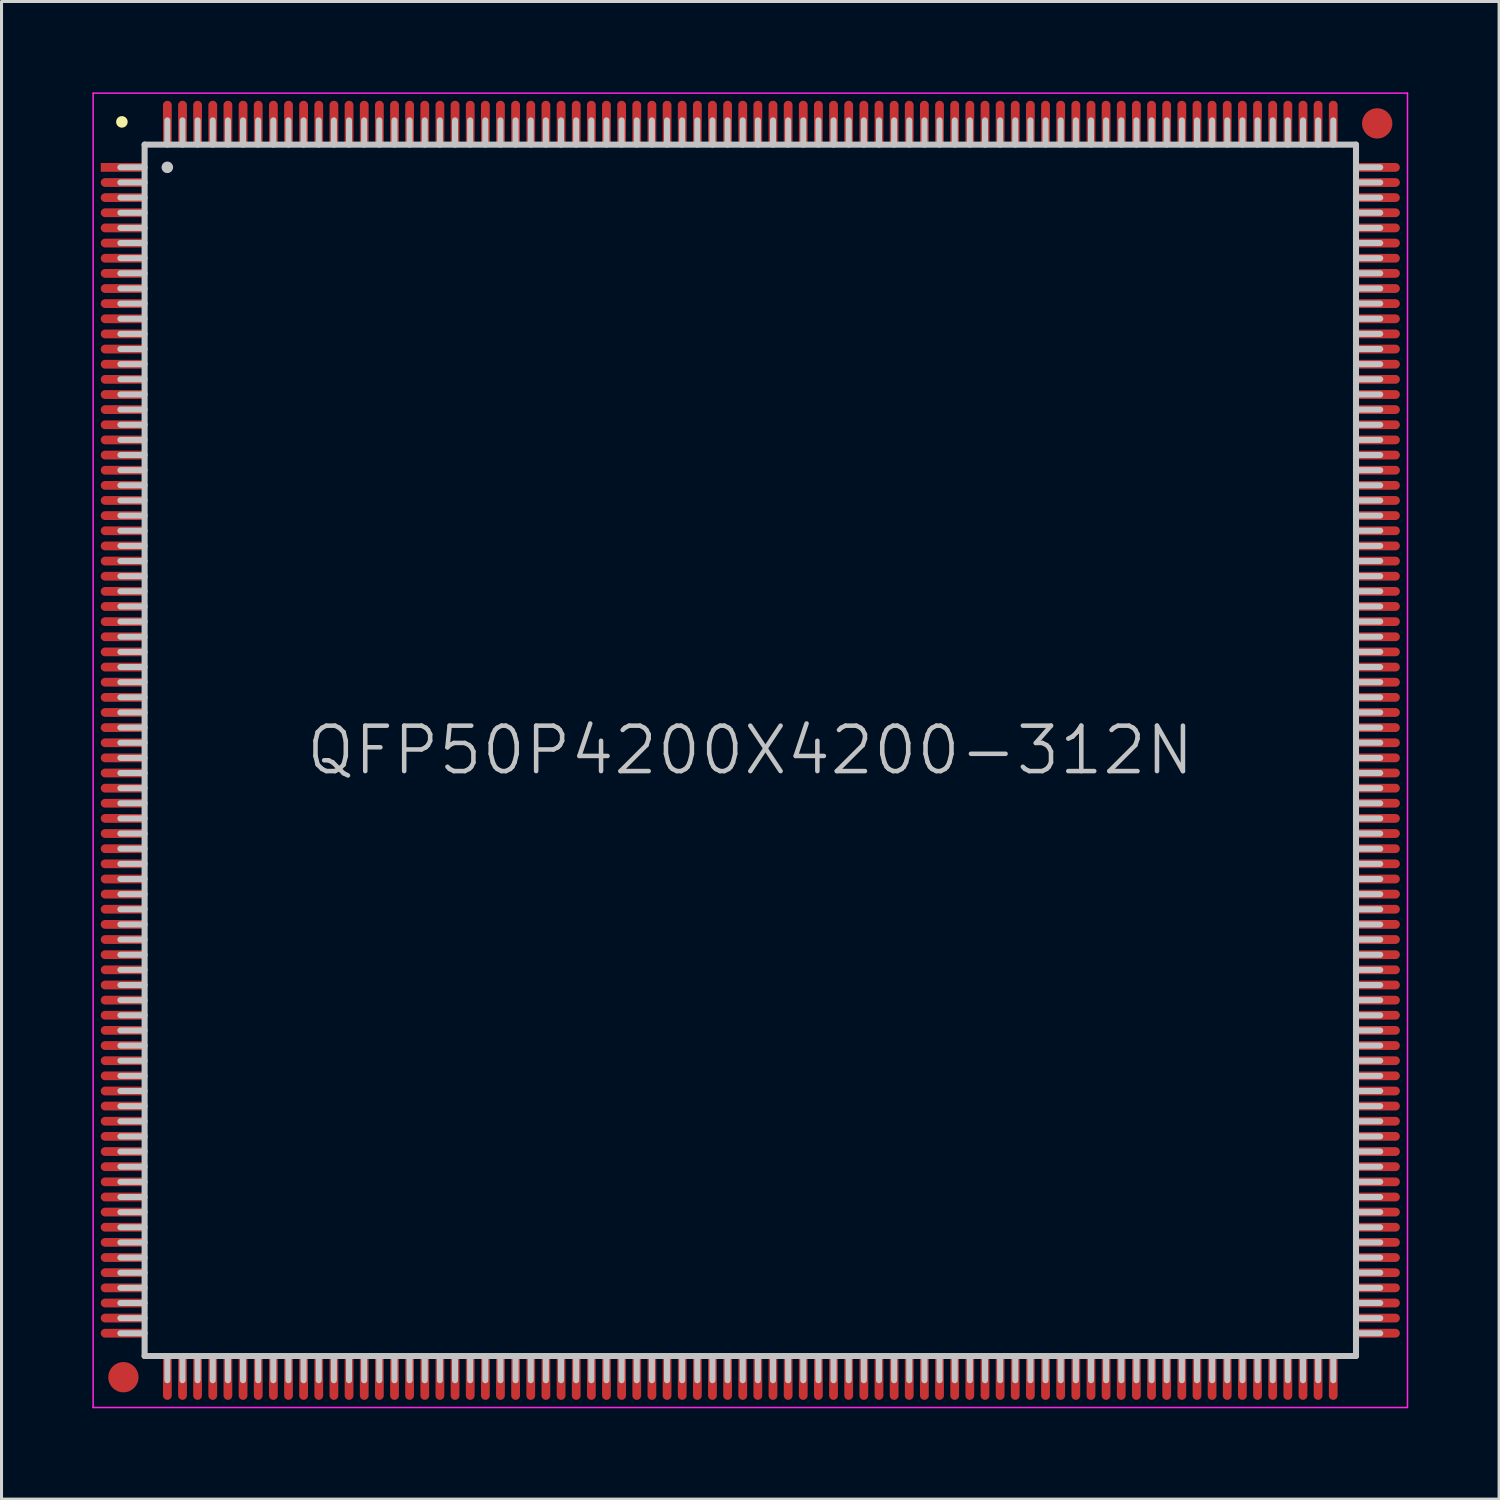
<source format=kicad_pcb>
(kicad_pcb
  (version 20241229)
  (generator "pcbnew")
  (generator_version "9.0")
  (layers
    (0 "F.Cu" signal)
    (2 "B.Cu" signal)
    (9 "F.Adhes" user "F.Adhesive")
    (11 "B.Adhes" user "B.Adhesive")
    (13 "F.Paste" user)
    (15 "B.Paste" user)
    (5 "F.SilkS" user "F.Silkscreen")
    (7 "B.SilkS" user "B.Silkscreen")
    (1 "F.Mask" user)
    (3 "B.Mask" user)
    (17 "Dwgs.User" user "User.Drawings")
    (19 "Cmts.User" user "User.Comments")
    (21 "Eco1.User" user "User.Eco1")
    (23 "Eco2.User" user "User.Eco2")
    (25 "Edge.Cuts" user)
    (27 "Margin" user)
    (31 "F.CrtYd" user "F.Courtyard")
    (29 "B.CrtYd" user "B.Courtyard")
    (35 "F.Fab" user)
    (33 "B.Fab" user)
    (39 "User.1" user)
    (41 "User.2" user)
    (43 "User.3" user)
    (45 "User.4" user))
  (footprint "QFP50P4200X4200-312N"
    (layer "F.Cu")
    (at 21.725 21.725)
    (property "Reference" "QFP50P4200X4200-312N" (at 0 0 0) (layer "Dwgs.User") (effects (font (size 1.5 1.5) (thickness 0.15))))
    (attr smd)
    (fp_line (start -20.75 -20.75) (end -20.75 -20.75) (stroke (width 0.381) (type solid)) (layer "F.SilkS"))
    (fp_line (start -20 -20) (end -20 20) (stroke (width 0.2) (type solid)) (layer "Dwgs.User"))
    (fp_line (start -20 -20) (end 20 -20) (stroke (width 0.2) (type solid)) (layer "Dwgs.User"))
    (fp_line (start -20 -19.25) (end -20.8 -19.25) (stroke (width 0.2) (type solid)) (layer "Dwgs.User"))
    (fp_line (start -20 -18.75) (end -20.8 -18.75) (stroke (width 0.2) (type solid)) (layer "Dwgs.User"))
    (fp_line (start -20 -18.25) (end -20.8 -18.25) (stroke (width 0.2) (type solid)) (layer "Dwgs.User"))
    (fp_line (start -20 -17.75) (end -20.8 -17.75) (stroke (width 0.2) (type solid)) (layer "Dwgs.User"))
    (fp_line (start -20 -17.25) (end -20.8 -17.25) (stroke (width 0.2) (type solid)) (layer "Dwgs.User"))
    (fp_line (start -20 -16.75) (end -20.8 -16.75) (stroke (width 0.2) (type solid)) (layer "Dwgs.User"))
    (fp_line (start -20 -16.25) (end -20.8 -16.25) (stroke (width 0.2) (type solid)) (layer "Dwgs.User"))
    (fp_line (start -20 -15.75) (end -20.8 -15.75) (stroke (width 0.2) (type solid)) (layer "Dwgs.User"))
    (fp_line (start -20 -15.25) (end -20.8 -15.25) (stroke (width 0.2) (type solid)) (layer "Dwgs.User"))
    (fp_line (start -20 -14.75) (end -20.8 -14.75) (stroke (width 0.2) (type solid)) (layer "Dwgs.User"))
    (fp_line (start -20 -14.25) (end -20.8 -14.25) (stroke (width 0.2) (type solid)) (layer "Dwgs.User"))
    (fp_line (start -20 -13.75) (end -20.8 -13.75) (stroke (width 0.2) (type solid)) (layer "Dwgs.User"))
    (fp_line (start -20 -13.25) (end -20.8 -13.25) (stroke (width 0.2) (type solid)) (layer "Dwgs.User"))
    (fp_line (start -20 -12.75) (end -20.8 -12.75) (stroke (width 0.2) (type solid)) (layer "Dwgs.User"))
    (fp_line (start -20 -12.25) (end -20.8 -12.25) (stroke (width 0.2) (type solid)) (layer "Dwgs.User"))
    (fp_line (start -20 -11.75) (end -20.8 -11.75) (stroke (width 0.2) (type solid)) (layer "Dwgs.User"))
    (fp_line (start -20 -11.25) (end -20.8 -11.25) (stroke (width 0.2) (type solid)) (layer "Dwgs.User"))
    (fp_line (start -20 -10.75) (end -20.8 -10.75) (stroke (width 0.2) (type solid)) (layer "Dwgs.User"))
    (fp_line (start -20 -10.25) (end -20.8 -10.25) (stroke (width 0.2) (type solid)) (layer "Dwgs.User"))
    (fp_line (start -20 -9.75) (end -20.8 -9.75) (stroke (width 0.2) (type solid)) (layer "Dwgs.User"))
    (fp_line (start -20 -9.25) (end -20.8 -9.25) (stroke (width 0.2) (type solid)) (layer "Dwgs.User"))
    (fp_line (start -20 -8.75) (end -20.8 -8.75) (stroke (width 0.2) (type solid)) (layer "Dwgs.User"))
    (fp_line (start -20 -8.25) (end -20.8 -8.25) (stroke (width 0.2) (type solid)) (layer "Dwgs.User"))
    (fp_line (start -20 -7.75) (end -20.8 -7.75) (stroke (width 0.2) (type solid)) (layer "Dwgs.User"))
    (fp_line (start -20 -7.25) (end -20.8 -7.25) (stroke (width 0.2) (type solid)) (layer "Dwgs.User"))
    (fp_line (start -20 -6.75) (end -20.8 -6.75) (stroke (width 0.2) (type solid)) (layer "Dwgs.User"))
    (fp_line (start -20 -6.25) (end -20.8 -6.25) (stroke (width 0.2) (type solid)) (layer "Dwgs.User"))
    (fp_line (start -20 -5.75) (end -20.8 -5.75) (stroke (width 0.2) (type solid)) (layer "Dwgs.User"))
    (fp_line (start -20 -5.25) (end -20.8 -5.25) (stroke (width 0.2) (type solid)) (layer "Dwgs.User"))
    (fp_line (start -20 -4.75) (end -20.8 -4.75) (stroke (width 0.2) (type solid)) (layer "Dwgs.User"))
    (fp_line (start -20 -4.25) (end -20.8 -4.25) (stroke (width 0.2) (type solid)) (layer "Dwgs.User"))
    (fp_line (start -20 -3.75) (end -20.8 -3.75) (stroke (width 0.2) (type solid)) (layer "Dwgs.User"))
    (fp_line (start -20 -3.25) (end -20.8 -3.25) (stroke (width 0.2) (type solid)) (layer "Dwgs.User"))
    (fp_line (start -20 -2.75) (end -20.8 -2.75) (stroke (width 0.2) (type solid)) (layer "Dwgs.User"))
    (fp_line (start -20 -2.25) (end -20.8 -2.25) (stroke (width 0.2) (type solid)) (layer "Dwgs.User"))
    (fp_line (start -20 -1.75) (end -20.8 -1.75) (stroke (width 0.2) (type solid)) (layer "Dwgs.User"))
    (fp_line (start -20 -1.25) (end -20.8 -1.25) (stroke (width 0.2) (type solid)) (layer "Dwgs.User"))
    (fp_line (start -20 -0.75) (end -20.8 -0.75) (stroke (width 0.2) (type solid)) (layer "Dwgs.User"))
    (fp_line (start -20 -0.25) (end -20.8 -0.25) (stroke (width 0.2) (type solid)) (layer "Dwgs.User"))
    (fp_line (start -20 0.25) (end -20.8 0.25) (stroke (width 0.2) (type solid)) (layer "Dwgs.User"))
    (fp_line (start -20 0.75) (end -20.8 0.75) (stroke (width 0.2) (type solid)) (layer "Dwgs.User"))
    (fp_line (start -20 1.25) (end -20.8 1.25) (stroke (width 0.2) (type solid)) (layer "Dwgs.User"))
    (fp_line (start -20 1.75) (end -20.8 1.75) (stroke (width 0.2) (type solid)) (layer "Dwgs.User"))
    (fp_line (start -20 2.25) (end -20.8 2.25) (stroke (width 0.2) (type solid)) (layer "Dwgs.User"))
    (fp_line (start -20 2.75) (end -20.8 2.75) (stroke (width 0.2) (type solid)) (layer "Dwgs.User"))
    (fp_line (start -20 3.25) (end -20.8 3.25) (stroke (width 0.2) (type solid)) (layer "Dwgs.User"))
    (fp_line (start -20 3.75) (end -20.8 3.75) (stroke (width 0.2) (type solid)) (layer "Dwgs.User"))
    (fp_line (start -20 4.25) (end -20.8 4.25) (stroke (width 0.2) (type solid)) (layer "Dwgs.User"))
    (fp_line (start -20 4.75) (end -20.8 4.75) (stroke (width 0.2) (type solid)) (layer "Dwgs.User"))
    (fp_line (start -20 5.25) (end -20.8 5.25) (stroke (width 0.2) (type solid)) (layer "Dwgs.User"))
    (fp_line (start -20 5.75) (end -20.8 5.75) (stroke (width 0.2) (type solid)) (layer "Dwgs.User"))
    (fp_line (start -20 6.25) (end -20.8 6.25) (stroke (width 0.2) (type solid)) (layer "Dwgs.User"))
    (fp_line (start -20 6.75) (end -20.8 6.75) (stroke (width 0.2) (type solid)) (layer "Dwgs.User"))
    (fp_line (start -20 7.25) (end -20.8 7.25) (stroke (width 0.2) (type solid)) (layer "Dwgs.User"))
    (fp_line (start -20 7.75) (end -20.8 7.75) (stroke (width 0.2) (type solid)) (layer "Dwgs.User"))
    (fp_line (start -20 8.25) (end -20.8 8.25) (stroke (width 0.2) (type solid)) (layer "Dwgs.User"))
    (fp_line (start -20 8.75) (end -20.8 8.75) (stroke (width 0.2) (type solid)) (layer "Dwgs.User"))
    (fp_line (start -20 9.25) (end -20.8 9.25) (stroke (width 0.2) (type solid)) (layer "Dwgs.User"))
    (fp_line (start -20 9.75) (end -20.8 9.75) (stroke (width 0.2) (type solid)) (layer "Dwgs.User"))
    (fp_line (start -20 10.25) (end -20.8 10.25) (stroke (width 0.2) (type solid)) (layer "Dwgs.User"))
    (fp_line (start -20 10.75) (end -20.8 10.75) (stroke (width 0.2) (type solid)) (layer "Dwgs.User"))
    (fp_line (start -20 11.25) (end -20.8 11.25) (stroke (width 0.2) (type solid)) (layer "Dwgs.User"))
    (fp_line (start -20 11.75) (end -20.8 11.75) (stroke (width 0.2) (type solid)) (layer "Dwgs.User"))
    (fp_line (start -20 12.25) (end -20.8 12.25) (stroke (width 0.2) (type solid)) (layer "Dwgs.User"))
    (fp_line (start -20 12.75) (end -20.8 12.75) (stroke (width 0.2) (type solid)) (layer "Dwgs.User"))
    (fp_line (start -20 13.25) (end -20.8 13.25) (stroke (width 0.2) (type solid)) (layer "Dwgs.User"))
    (fp_line (start -20 13.75) (end -20.8 13.75) (stroke (width 0.2) (type solid)) (layer "Dwgs.User"))
    (fp_line (start -20 14.25) (end -20.8 14.25) (stroke (width 0.2) (type solid)) (layer "Dwgs.User"))
    (fp_line (start -20 14.75) (end -20.8 14.75) (stroke (width 0.2) (type solid)) (layer "Dwgs.User"))
    (fp_line (start -20 15.25) (end -20.8 15.25) (stroke (width 0.2) (type solid)) (layer "Dwgs.User"))
    (fp_line (start -20 15.75) (end -20.8 15.75) (stroke (width 0.2) (type solid)) (layer "Dwgs.User"))
    (fp_line (start -20 16.25) (end -20.8 16.25) (stroke (width 0.2) (type solid)) (layer "Dwgs.User"))
    (fp_line (start -20 16.75) (end -20.8 16.75) (stroke (width 0.2) (type solid)) (layer "Dwgs.User"))
    (fp_line (start -20 17.25) (end -20.8 17.25) (stroke (width 0.2) (type solid)) (layer "Dwgs.User"))
    (fp_line (start -20 17.75) (end -20.8 17.75) (stroke (width 0.2) (type solid)) (layer "Dwgs.User"))
    (fp_line (start -20 18.25) (end -20.8 18.25) (stroke (width 0.2) (type solid)) (layer "Dwgs.User"))
    (fp_line (start -20 18.75) (end -20.8 18.75) (stroke (width 0.2) (type solid)) (layer "Dwgs.User"))
    (fp_line (start -20 19.25) (end -20.8 19.25) (stroke (width 0.2) (type solid)) (layer "Dwgs.User"))
    (fp_line (start -20 20) (end 20 20) (stroke (width 0.2) (type solid)) (layer "Dwgs.User"))
    (fp_line (start -19.25 -20) (end -19.25 -20.8) (stroke (width 0.2) (type solid)) (layer "Dwgs.User"))
    (fp_line (start -19.25 -19.25) (end -19.25 -19.25) (stroke (width 0.381) (type solid)) (layer "Dwgs.User"))
    (fp_line (start -19.25 20.8) (end -19.25 20) (stroke (width 0.2) (type solid)) (layer "Dwgs.User"))
    (fp_line (start -18.75 -20) (end -18.75 -20.8) (stroke (width 0.2) (type solid)) (layer "Dwgs.User"))
    (fp_line (start -18.75 20.8) (end -18.75 20) (stroke (width 0.2) (type solid)) (layer "Dwgs.User"))
    (fp_line (start -18.25 -20) (end -18.25 -20.8) (stroke (width 0.2) (type solid)) (layer "Dwgs.User"))
    (fp_line (start -18.25 20.8) (end -18.25 20) (stroke (width 0.2) (type solid)) (layer "Dwgs.User"))
    (fp_line (start -17.75 -20) (end -17.75 -20.8) (stroke (width 0.2) (type solid)) (layer "Dwgs.User"))
    (fp_line (start -17.75 20.8) (end -17.75 20) (stroke (width 0.2) (type solid)) (layer "Dwgs.User"))
    (fp_line (start -17.25 -20) (end -17.25 -20.8) (stroke (width 0.2) (type solid)) (layer "Dwgs.User"))
    (fp_line (start -17.25 20.8) (end -17.25 20) (stroke (width 0.2) (type solid)) (layer "Dwgs.User"))
    (fp_line (start -16.75 -20) (end -16.75 -20.8) (stroke (width 0.2) (type solid)) (layer "Dwgs.User"))
    (fp_line (start -16.75 20.8) (end -16.75 20) (stroke (width 0.2) (type solid)) (layer "Dwgs.User"))
    (fp_line (start -16.25 -20) (end -16.25 -20.8) (stroke (width 0.2) (type solid)) (layer "Dwgs.User"))
    (fp_line (start -16.25 20.8) (end -16.25 20) (stroke (width 0.2) (type solid)) (layer "Dwgs.User"))
    (fp_line (start -15.75 -20) (end -15.75 -20.8) (stroke (width 0.2) (type solid)) (layer "Dwgs.User"))
    (fp_line (start -15.75 20.8) (end -15.75 20) (stroke (width 0.2) (type solid)) (layer "Dwgs.User"))
    (fp_line (start -15.25 -20) (end -15.25 -20.8) (stroke (width 0.2) (type solid)) (layer "Dwgs.User"))
    (fp_line (start -15.25 20.8) (end -15.25 20) (stroke (width 0.2) (type solid)) (layer "Dwgs.User"))
    (fp_line (start -14.75 -20) (end -14.75 -20.8) (stroke (width 0.2) (type solid)) (layer "Dwgs.User"))
    (fp_line (start -14.75 20.8) (end -14.75 20) (stroke (width 0.2) (type solid)) (layer "Dwgs.User"))
    (fp_line (start -14.25 -20) (end -14.25 -20.8) (stroke (width 0.2) (type solid)) (layer "Dwgs.User"))
    (fp_line (start -14.25 20.8) (end -14.25 20) (stroke (width 0.2) (type solid)) (layer "Dwgs.User"))
    (fp_line (start -13.75 -20) (end -13.75 -20.8) (stroke (width 0.2) (type solid)) (layer "Dwgs.User"))
    (fp_line (start -13.75 20.8) (end -13.75 20) (stroke (width 0.2) (type solid)) (layer "Dwgs.User"))
    (fp_line (start -13.25 -20) (end -13.25 -20.8) (stroke (width 0.2) (type solid)) (layer "Dwgs.User"))
    (fp_line (start -13.25 20.8) (end -13.25 20) (stroke (width 0.2) (type solid)) (layer "Dwgs.User"))
    (fp_line (start -12.75 -20) (end -12.75 -20.8) (stroke (width 0.2) (type solid)) (layer "Dwgs.User"))
    (fp_line (start -12.75 20.8) (end -12.75 20) (stroke (width 0.2) (type solid)) (layer "Dwgs.User"))
    (fp_line (start -12.25 -20) (end -12.25 -20.8) (stroke (width 0.2) (type solid)) (layer "Dwgs.User"))
    (fp_line (start -12.25 20.8) (end -12.25 20) (stroke (width 0.2) (type solid)) (layer "Dwgs.User"))
    (fp_line (start -11.75 -20) (end -11.75 -20.8) (stroke (width 0.2) (type solid)) (layer "Dwgs.User"))
    (fp_line (start -11.75 20.8) (end -11.75 20) (stroke (width 0.2) (type solid)) (layer "Dwgs.User"))
    (fp_line (start -11.25 -20) (end -11.25 -20.8) (stroke (width 0.2) (type solid)) (layer "Dwgs.User"))
    (fp_line (start -11.25 20.8) (end -11.25 20) (stroke (width 0.2) (type solid)) (layer "Dwgs.User"))
    (fp_line (start -10.75 -20) (end -10.75 -20.8) (stroke (width 0.2) (type solid)) (layer "Dwgs.User"))
    (fp_line (start -10.75 20.8) (end -10.75 20) (stroke (width 0.2) (type solid)) (layer "Dwgs.User"))
    (fp_line (start -10.25 -20) (end -10.25 -20.8) (stroke (width 0.2) (type solid)) (layer "Dwgs.User"))
    (fp_line (start -10.25 20.8) (end -10.25 20) (stroke (width 0.2) (type solid)) (layer "Dwgs.User"))
    (fp_line (start -9.75 -20) (end -9.75 -20.8) (stroke (width 0.2) (type solid)) (layer "Dwgs.User"))
    (fp_line (start -9.75 20.8) (end -9.75 20) (stroke (width 0.2) (type solid)) (layer "Dwgs.User"))
    (fp_line (start -9.25 -20) (end -9.25 -20.8) (stroke (width 0.2) (type solid)) (layer "Dwgs.User"))
    (fp_line (start -9.25 20.8) (end -9.25 20) (stroke (width 0.2) (type solid)) (layer "Dwgs.User"))
    (fp_line (start -8.75 -20) (end -8.75 -20.8) (stroke (width 0.2) (type solid)) (layer "Dwgs.User"))
    (fp_line (start -8.75 20.8) (end -8.75 20) (stroke (width 0.2) (type solid)) (layer "Dwgs.User"))
    (fp_line (start -8.25 -20) (end -8.25 -20.8) (stroke (width 0.2) (type solid)) (layer "Dwgs.User"))
    (fp_line (start -8.25 20.8) (end -8.25 20) (stroke (width 0.2) (type solid)) (layer "Dwgs.User"))
    (fp_line (start -7.75 -20) (end -7.75 -20.8) (stroke (width 0.2) (type solid)) (layer "Dwgs.User"))
    (fp_line (start -7.75 20.8) (end -7.75 20) (stroke (width 0.2) (type solid)) (layer "Dwgs.User"))
    (fp_line (start -7.25 -20) (end -7.25 -20.8) (stroke (width 0.2) (type solid)) (layer "Dwgs.User"))
    (fp_line (start -7.25 20.8) (end -7.25 20) (stroke (width 0.2) (type solid)) (layer "Dwgs.User"))
    (fp_line (start -6.75 -20) (end -6.75 -20.8) (stroke (width 0.2) (type solid)) (layer "Dwgs.User"))
    (fp_line (start -6.75 20.8) (end -6.75 20) (stroke (width 0.2) (type solid)) (layer "Dwgs.User"))
    (fp_line (start -6.25 -20) (end -6.25 -20.8) (stroke (width 0.2) (type solid)) (layer "Dwgs.User"))
    (fp_line (start -6.25 20.8) (end -6.25 20) (stroke (width 0.2) (type solid)) (layer "Dwgs.User"))
    (fp_line (start -5.75 -20) (end -5.75 -20.8) (stroke (width 0.2) (type solid)) (layer "Dwgs.User"))
    (fp_line (start -5.75 20.8) (end -5.75 20) (stroke (width 0.2) (type solid)) (layer "Dwgs.User"))
    (fp_line (start -5.25 -20) (end -5.25 -20.8) (stroke (width 0.2) (type solid)) (layer "Dwgs.User"))
    (fp_line (start -5.25 20.8) (end -5.25 20) (stroke (width 0.2) (type solid)) (layer "Dwgs.User"))
    (fp_line (start -4.75 -20) (end -4.75 -20.8) (stroke (width 0.2) (type solid)) (layer "Dwgs.User"))
    (fp_line (start -4.75 20.8) (end -4.75 20) (stroke (width 0.2) (type solid)) (layer "Dwgs.User"))
    (fp_line (start -4.25 -20) (end -4.25 -20.8) (stroke (width 0.2) (type solid)) (layer "Dwgs.User"))
    (fp_line (start -4.25 20.8) (end -4.25 20) (stroke (width 0.2) (type solid)) (layer "Dwgs.User"))
    (fp_line (start -3.75 -20) (end -3.75 -20.8) (stroke (width 0.2) (type solid)) (layer "Dwgs.User"))
    (fp_line (start -3.75 20.8) (end -3.75 20) (stroke (width 0.2) (type solid)) (layer "Dwgs.User"))
    (fp_line (start -3.25 -20) (end -3.25 -20.8) (stroke (width 0.2) (type solid)) (layer "Dwgs.User"))
    (fp_line (start -3.25 20.8) (end -3.25 20) (stroke (width 0.2) (type solid)) (layer "Dwgs.User"))
    (fp_line (start -2.75 -20) (end -2.75 -20.8) (stroke (width 0.2) (type solid)) (layer "Dwgs.User"))
    (fp_line (start -2.75 20.8) (end -2.75 20) (stroke (width 0.2) (type solid)) (layer "Dwgs.User"))
    (fp_line (start -2.25 -20) (end -2.25 -20.8) (stroke (width 0.2) (type solid)) (layer "Dwgs.User"))
    (fp_line (start -2.25 20.8) (end -2.25 20) (stroke (width 0.2) (type solid)) (layer "Dwgs.User"))
    (fp_line (start -1.75 -20) (end -1.75 -20.8) (stroke (width 0.2) (type solid)) (layer "Dwgs.User"))
    (fp_line (start -1.75 20.8) (end -1.75 20) (stroke (width 0.2) (type solid)) (layer "Dwgs.User"))
    (fp_line (start -1.25 -20) (end -1.25 -20.8) (stroke (width 0.2) (type solid)) (layer "Dwgs.User"))
    (fp_line (start -1.25 20.8) (end -1.25 20) (stroke (width 0.2) (type solid)) (layer "Dwgs.User"))
    (fp_line (start -0.75 -20) (end -0.75 -20.8) (stroke (width 0.2) (type solid)) (layer "Dwgs.User"))
    (fp_line (start -0.75 20.8) (end -0.75 20) (stroke (width 0.2) (type solid)) (layer "Dwgs.User"))
    (fp_line (start -0.25 -20) (end -0.25 -20.8) (stroke (width 0.2) (type solid)) (layer "Dwgs.User"))
    (fp_line (start -0.25 20.8) (end -0.25 20) (stroke (width 0.2) (type solid)) (layer "Dwgs.User"))
    (fp_line (start 0.25 -20) (end 0.25 -20.8) (stroke (width 0.2) (type solid)) (layer "Dwgs.User"))
    (fp_line (start 0.25 20.8) (end 0.25 20) (stroke (width 0.2) (type solid)) (layer "Dwgs.User"))
    (fp_line (start 0.75 -20) (end 0.75 -20.8) (stroke (width 0.2) (type solid)) (layer "Dwgs.User"))
    (fp_line (start 0.75 20.8) (end 0.75 20) (stroke (width 0.2) (type solid)) (layer "Dwgs.User"))
    (fp_line (start 1.25 -20) (end 1.25 -20.8) (stroke (width 0.2) (type solid)) (layer "Dwgs.User"))
    (fp_line (start 1.25 20.8) (end 1.25 20) (stroke (width 0.2) (type solid)) (layer "Dwgs.User"))
    (fp_line (start 1.75 -20) (end 1.75 -20.8) (stroke (width 0.2) (type solid)) (layer "Dwgs.User"))
    (fp_line (start 1.75 20.8) (end 1.75 20) (stroke (width 0.2) (type solid)) (layer "Dwgs.User"))
    (fp_line (start 2.25 -20) (end 2.25 -20.8) (stroke (width 0.2) (type solid)) (layer "Dwgs.User"))
    (fp_line (start 2.25 20.8) (end 2.25 20) (stroke (width 0.2) (type solid)) (layer "Dwgs.User"))
    (fp_line (start 2.75 -20) (end 2.75 -20.8) (stroke (width 0.2) (type solid)) (layer "Dwgs.User"))
    (fp_line (start 2.75 20.8) (end 2.75 20) (stroke (width 0.2) (type solid)) (layer "Dwgs.User"))
    (fp_line (start 3.25 -20) (end 3.25 -20.8) (stroke (width 0.2) (type solid)) (layer "Dwgs.User"))
    (fp_line (start 3.25 20.8) (end 3.25 20) (stroke (width 0.2) (type solid)) (layer "Dwgs.User"))
    (fp_line (start 3.75 -20) (end 3.75 -20.8) (stroke (width 0.2) (type solid)) (layer "Dwgs.User"))
    (fp_line (start 3.75 20.8) (end 3.75 20) (stroke (width 0.2) (type solid)) (layer "Dwgs.User"))
    (fp_line (start 4.25 -20) (end 4.25 -20.8) (stroke (width 0.2) (type solid)) (layer "Dwgs.User"))
    (fp_line (start 4.25 20.8) (end 4.25 20) (stroke (width 0.2) (type solid)) (layer "Dwgs.User"))
    (fp_line (start 4.75 -20) (end 4.75 -20.8) (stroke (width 0.2) (type solid)) (layer "Dwgs.User"))
    (fp_line (start 4.75 20.8) (end 4.75 20) (stroke (width 0.2) (type solid)) (layer "Dwgs.User"))
    (fp_line (start 5.25 -20) (end 5.25 -20.8) (stroke (width 0.2) (type solid)) (layer "Dwgs.User"))
    (fp_line (start 5.25 20.8) (end 5.25 20) (stroke (width 0.2) (type solid)) (layer "Dwgs.User"))
    (fp_line (start 5.75 -20) (end 5.75 -20.8) (stroke (width 0.2) (type solid)) (layer "Dwgs.User"))
    (fp_line (start 5.75 20.8) (end 5.75 20) (stroke (width 0.2) (type solid)) (layer "Dwgs.User"))
    (fp_line (start 6.25 -20) (end 6.25 -20.8) (stroke (width 0.2) (type solid)) (layer "Dwgs.User"))
    (fp_line (start 6.25 20.8) (end 6.25 20) (stroke (width 0.2) (type solid)) (layer "Dwgs.User"))
    (fp_line (start 6.75 -20) (end 6.75 -20.8) (stroke (width 0.2) (type solid)) (layer "Dwgs.User"))
    (fp_line (start 6.75 20.8) (end 6.75 20) (stroke (width 0.2) (type solid)) (layer "Dwgs.User"))
    (fp_line (start 7.25 -20) (end 7.25 -20.8) (stroke (width 0.2) (type solid)) (layer "Dwgs.User"))
    (fp_line (start 7.25 20.8) (end 7.25 20) (stroke (width 0.2) (type solid)) (layer "Dwgs.User"))
    (fp_line (start 7.75 -20) (end 7.75 -20.8) (stroke (width 0.2) (type solid)) (layer "Dwgs.User"))
    (fp_line (start 7.75 20.8) (end 7.75 20) (stroke (width 0.2) (type solid)) (layer "Dwgs.User"))
    (fp_line (start 8.25 -20) (end 8.25 -20.8) (stroke (width 0.2) (type solid)) (layer "Dwgs.User"))
    (fp_line (start 8.25 20.8) (end 8.25 20) (stroke (width 0.2) (type solid)) (layer "Dwgs.User"))
    (fp_line (start 8.75 -20) (end 8.75 -20.8) (stroke (width 0.2) (type solid)) (layer "Dwgs.User"))
    (fp_line (start 8.75 20.8) (end 8.75 20) (stroke (width 0.2) (type solid)) (layer "Dwgs.User"))
    (fp_line (start 9.25 -20) (end 9.25 -20.8) (stroke (width 0.2) (type solid)) (layer "Dwgs.User"))
    (fp_line (start 9.25 20.8) (end 9.25 20) (stroke (width 0.2) (type solid)) (layer "Dwgs.User"))
    (fp_line (start 9.75 -20) (end 9.75 -20.8) (stroke (width 0.2) (type solid)) (layer "Dwgs.User"))
    (fp_line (start 9.75 20.8) (end 9.75 20) (stroke (width 0.2) (type solid)) (layer "Dwgs.User"))
    (fp_line (start 10.25 -20) (end 10.25 -20.8) (stroke (width 0.2) (type solid)) (layer "Dwgs.User"))
    (fp_line (start 10.25 20.8) (end 10.25 20) (stroke (width 0.2) (type solid)) (layer "Dwgs.User"))
    (fp_line (start 10.75 -20) (end 10.75 -20.8) (stroke (width 0.2) (type solid)) (layer "Dwgs.User"))
    (fp_line (start 10.75 20.8) (end 10.75 20) (stroke (width 0.2) (type solid)) (layer "Dwgs.User"))
    (fp_line (start 11.25 -20) (end 11.25 -20.8) (stroke (width 0.2) (type solid)) (layer "Dwgs.User"))
    (fp_line (start 11.25 20.8) (end 11.25 20) (stroke (width 0.2) (type solid)) (layer "Dwgs.User"))
    (fp_line (start 11.75 -20) (end 11.75 -20.8) (stroke (width 0.2) (type solid)) (layer "Dwgs.User"))
    (fp_line (start 11.75 20.8) (end 11.75 20) (stroke (width 0.2) (type solid)) (layer "Dwgs.User"))
    (fp_line (start 12.25 -20) (end 12.25 -20.8) (stroke (width 0.2) (type solid)) (layer "Dwgs.User"))
    (fp_line (start 12.25 20.8) (end 12.25 20) (stroke (width 0.2) (type solid)) (layer "Dwgs.User"))
    (fp_line (start 12.75 -20) (end 12.75 -20.8) (stroke (width 0.2) (type solid)) (layer "Dwgs.User"))
    (fp_line (start 12.75 20.8) (end 12.75 20) (stroke (width 0.2) (type solid)) (layer "Dwgs.User"))
    (fp_line (start 13.25 -20) (end 13.25 -20.8) (stroke (width 0.2) (type solid)) (layer "Dwgs.User"))
    (fp_line (start 13.25 20.8) (end 13.25 20) (stroke (width 0.2) (type solid)) (layer "Dwgs.User"))
    (fp_line (start 13.75 -20) (end 13.75 -20.8) (stroke (width 0.2) (type solid)) (layer "Dwgs.User"))
    (fp_line (start 13.75 20.8) (end 13.75 20) (stroke (width 0.2) (type solid)) (layer "Dwgs.User"))
    (fp_line (start 14.25 -20) (end 14.25 -20.8) (stroke (width 0.2) (type solid)) (layer "Dwgs.User"))
    (fp_line (start 14.25 20.8) (end 14.25 20) (stroke (width 0.2) (type solid)) (layer "Dwgs.User"))
    (fp_line (start 14.75 -20) (end 14.75 -20.8) (stroke (width 0.2) (type solid)) (layer "Dwgs.User"))
    (fp_line (start 14.75 20.8) (end 14.75 20) (stroke (width 0.2) (type solid)) (layer "Dwgs.User"))
    (fp_line (start 15.25 -20) (end 15.25 -20.8) (stroke (width 0.2) (type solid)) (layer "Dwgs.User"))
    (fp_line (start 15.25 20.8) (end 15.25 20) (stroke (width 0.2) (type solid)) (layer "Dwgs.User"))
    (fp_line (start 15.75 -20) (end 15.75 -20.8) (stroke (width 0.2) (type solid)) (layer "Dwgs.User"))
    (fp_line (start 15.75 20.8) (end 15.75 20) (stroke (width 0.2) (type solid)) (layer "Dwgs.User"))
    (fp_line (start 16.25 -20) (end 16.25 -20.8) (stroke (width 0.2) (type solid)) (layer "Dwgs.User"))
    (fp_line (start 16.25 20.8) (end 16.25 20) (stroke (width 0.2) (type solid)) (layer "Dwgs.User"))
    (fp_line (start 16.75 -20) (end 16.75 -20.8) (stroke (width 0.2) (type solid)) (layer "Dwgs.User"))
    (fp_line (start 16.75 20.8) (end 16.75 20) (stroke (width 0.2) (type solid)) (layer "Dwgs.User"))
    (fp_line (start 17.25 -20) (end 17.25 -20.8) (stroke (width 0.2) (type solid)) (layer "Dwgs.User"))
    (fp_line (start 17.25 20.8) (end 17.25 20) (stroke (width 0.2) (type solid)) (layer "Dwgs.User"))
    (fp_line (start 17.75 -20) (end 17.75 -20.8) (stroke (width 0.2) (type solid)) (layer "Dwgs.User"))
    (fp_line (start 17.75 20.8) (end 17.75 20) (stroke (width 0.2) (type solid)) (layer "Dwgs.User"))
    (fp_line (start 18.25 -20) (end 18.25 -20.8) (stroke (width 0.2) (type solid)) (layer "Dwgs.User"))
    (fp_line (start 18.25 20.8) (end 18.25 20) (stroke (width 0.2) (type solid)) (layer "Dwgs.User"))
    (fp_line (start 18.75 -20) (end 18.75 -20.8) (stroke (width 0.2) (type solid)) (layer "Dwgs.User"))
    (fp_line (start 18.75 20.8) (end 18.75 20) (stroke (width 0.2) (type solid)) (layer "Dwgs.User"))
    (fp_line (start 19.25 -20) (end 19.25 -20.8) (stroke (width 0.2) (type solid)) (layer "Dwgs.User"))
    (fp_line (start 19.25 20.8) (end 19.25 20) (stroke (width 0.2) (type solid)) (layer "Dwgs.User"))
    (fp_line (start 20 -20) (end 20 20) (stroke (width 0.2) (type solid)) (layer "Dwgs.User"))
    (fp_line (start 20.8 -19.25) (end 20 -19.25) (stroke (width 0.2) (type solid)) (layer "Dwgs.User"))
    (fp_line (start 20.8 -18.75) (end 20 -18.75) (stroke (width 0.2) (type solid)) (layer "Dwgs.User"))
    (fp_line (start 20.8 -18.25) (end 20 -18.25) (stroke (width 0.2) (type solid)) (layer "Dwgs.User"))
    (fp_line (start 20.8 -17.75) (end 20 -17.75) (stroke (width 0.2) (type solid)) (layer "Dwgs.User"))
    (fp_line (start 20.8 -17.25) (end 20 -17.25) (stroke (width 0.2) (type solid)) (layer "Dwgs.User"))
    (fp_line (start 20.8 -16.75) (end 20 -16.75) (stroke (width 0.2) (type solid)) (layer "Dwgs.User"))
    (fp_line (start 20.8 -16.25) (end 20 -16.25) (stroke (width 0.2) (type solid)) (layer "Dwgs.User"))
    (fp_line (start 20.8 -15.75) (end 20 -15.75) (stroke (width 0.2) (type solid)) (layer "Dwgs.User"))
    (fp_line (start 20.8 -15.25) (end 20 -15.25) (stroke (width 0.2) (type solid)) (layer "Dwgs.User"))
    (fp_line (start 20.8 -14.75) (end 20 -14.75) (stroke (width 0.2) (type solid)) (layer "Dwgs.User"))
    (fp_line (start 20.8 -14.25) (end 20 -14.25) (stroke (width 0.2) (type solid)) (layer "Dwgs.User"))
    (fp_line (start 20.8 -13.75) (end 20 -13.75) (stroke (width 0.2) (type solid)) (layer "Dwgs.User"))
    (fp_line (start 20.8 -13.25) (end 20 -13.25) (stroke (width 0.2) (type solid)) (layer "Dwgs.User"))
    (fp_line (start 20.8 -12.75) (end 20 -12.75) (stroke (width 0.2) (type solid)) (layer "Dwgs.User"))
    (fp_line (start 20.8 -12.25) (end 20 -12.25) (stroke (width 0.2) (type solid)) (layer "Dwgs.User"))
    (fp_line (start 20.8 -11.75) (end 20 -11.75) (stroke (width 0.2) (type solid)) (layer "Dwgs.User"))
    (fp_line (start 20.8 -11.25) (end 20 -11.25) (stroke (width 0.2) (type solid)) (layer "Dwgs.User"))
    (fp_line (start 20.8 -10.75) (end 20 -10.75) (stroke (width 0.2) (type solid)) (layer "Dwgs.User"))
    (fp_line (start 20.8 -10.25) (end 20 -10.25) (stroke (width 0.2) (type solid)) (layer "Dwgs.User"))
    (fp_line (start 20.8 -9.75) (end 20 -9.75) (stroke (width 0.2) (type solid)) (layer "Dwgs.User"))
    (fp_line (start 20.8 -9.25) (end 20 -9.25) (stroke (width 0.2) (type solid)) (layer "Dwgs.User"))
    (fp_line (start 20.8 -8.75) (end 20 -8.75) (stroke (width 0.2) (type solid)) (layer "Dwgs.User"))
    (fp_line (start 20.8 -8.25) (end 20 -8.25) (stroke (width 0.2) (type solid)) (layer "Dwgs.User"))
    (fp_line (start 20.8 -7.75) (end 20 -7.75) (stroke (width 0.2) (type solid)) (layer "Dwgs.User"))
    (fp_line (start 20.8 -7.25) (end 20 -7.25) (stroke (width 0.2) (type solid)) (layer "Dwgs.User"))
    (fp_line (start 20.8 -6.75) (end 20 -6.75) (stroke (width 0.2) (type solid)) (layer "Dwgs.User"))
    (fp_line (start 20.8 -6.25) (end 20 -6.25) (stroke (width 0.2) (type solid)) (layer "Dwgs.User"))
    (fp_line (start 20.8 -5.75) (end 20 -5.75) (stroke (width 0.2) (type solid)) (layer "Dwgs.User"))
    (fp_line (start 20.8 -5.25) (end 20 -5.25) (stroke (width 0.2) (type solid)) (layer "Dwgs.User"))
    (fp_line (start 20.8 -4.75) (end 20 -4.75) (stroke (width 0.2) (type solid)) (layer "Dwgs.User"))
    (fp_line (start 20.8 -4.25) (end 20 -4.25) (stroke (width 0.2) (type solid)) (layer "Dwgs.User"))
    (fp_line (start 20.8 -3.75) (end 20 -3.75) (stroke (width 0.2) (type solid)) (layer "Dwgs.User"))
    (fp_line (start 20.8 -3.25) (end 20 -3.25) (stroke (width 0.2) (type solid)) (layer "Dwgs.User"))
    (fp_line (start 20.8 -2.75) (end 20 -2.75) (stroke (width 0.2) (type solid)) (layer "Dwgs.User"))
    (fp_line (start 20.8 -2.25) (end 20 -2.25) (stroke (width 0.2) (type solid)) (layer "Dwgs.User"))
    (fp_line (start 20.8 -1.75) (end 20 -1.75) (stroke (width 0.2) (type solid)) (layer "Dwgs.User"))
    (fp_line (start 20.8 -1.25) (end 20 -1.25) (stroke (width 0.2) (type solid)) (layer "Dwgs.User"))
    (fp_line (start 20.8 -0.75) (end 20 -0.75) (stroke (width 0.2) (type solid)) (layer "Dwgs.User"))
    (fp_line (start 20.8 -0.25) (end 20 -0.25) (stroke (width 0.2) (type solid)) (layer "Dwgs.User"))
    (fp_line (start 20.8 0.25) (end 20 0.25) (stroke (width 0.2) (type solid)) (layer "Dwgs.User"))
    (fp_line (start 20.8 0.75) (end 20 0.75) (stroke (width 0.2) (type solid)) (layer "Dwgs.User"))
    (fp_line (start 20.8 1.25) (end 20 1.25) (stroke (width 0.2) (type solid)) (layer "Dwgs.User"))
    (fp_line (start 20.8 1.75) (end 20 1.75) (stroke (width 0.2) (type solid)) (layer "Dwgs.User"))
    (fp_line (start 20.8 2.25) (end 20 2.25) (stroke (width 0.2) (type solid)) (layer "Dwgs.User"))
    (fp_line (start 20.8 2.75) (end 20 2.75) (stroke (width 0.2) (type solid)) (layer "Dwgs.User"))
    (fp_line (start 20.8 3.25) (end 20 3.25) (stroke (width 0.2) (type solid)) (layer "Dwgs.User"))
    (fp_line (start 20.8 3.75) (end 20 3.75) (stroke (width 0.2) (type solid)) (layer "Dwgs.User"))
    (fp_line (start 20.8 4.25) (end 20 4.25) (stroke (width 0.2) (type solid)) (layer "Dwgs.User"))
    (fp_line (start 20.8 4.75) (end 20 4.75) (stroke (width 0.2) (type solid)) (layer "Dwgs.User"))
    (fp_line (start 20.8 5.25) (end 20 5.25) (stroke (width 0.2) (type solid)) (layer "Dwgs.User"))
    (fp_line (start 20.8 5.75) (end 20 5.75) (stroke (width 0.2) (type solid)) (layer "Dwgs.User"))
    (fp_line (start 20.8 6.25) (end 20 6.25) (stroke (width 0.2) (type solid)) (layer "Dwgs.User"))
    (fp_line (start 20.8 6.75) (end 20 6.75) (stroke (width 0.2) (type solid)) (layer "Dwgs.User"))
    (fp_line (start 20.8 7.25) (end 20 7.25) (stroke (width 0.2) (type solid)) (layer "Dwgs.User"))
    (fp_line (start 20.8 7.75) (end 20 7.75) (stroke (width 0.2) (type solid)) (layer "Dwgs.User"))
    (fp_line (start 20.8 8.25) (end 20 8.25) (stroke (width 0.2) (type solid)) (layer "Dwgs.User"))
    (fp_line (start 20.8 8.75) (end 20 8.75) (stroke (width 0.2) (type solid)) (layer "Dwgs.User"))
    (fp_line (start 20.8 9.25) (end 20 9.25) (stroke (width 0.2) (type solid)) (layer "Dwgs.User"))
    (fp_line (start 20.8 9.75) (end 20 9.75) (stroke (width 0.2) (type solid)) (layer "Dwgs.User"))
    (fp_line (start 20.8 10.25) (end 20 10.25) (stroke (width 0.2) (type solid)) (layer "Dwgs.User"))
    (fp_line (start 20.8 10.75) (end 20 10.75) (stroke (width 0.2) (type solid)) (layer "Dwgs.User"))
    (fp_line (start 20.8 11.25) (end 20 11.25) (stroke (width 0.2) (type solid)) (layer "Dwgs.User"))
    (fp_line (start 20.8 11.75) (end 20 11.75) (stroke (width 0.2) (type solid)) (layer "Dwgs.User"))
    (fp_line (start 20.8 12.25) (end 20 12.25) (stroke (width 0.2) (type solid)) (layer "Dwgs.User"))
    (fp_line (start 20.8 12.75) (end 20 12.75) (stroke (width 0.2) (type solid)) (layer "Dwgs.User"))
    (fp_line (start 20.8 13.25) (end 20 13.25) (stroke (width 0.2) (type solid)) (layer "Dwgs.User"))
    (fp_line (start 20.8 13.75) (end 20 13.75) (stroke (width 0.2) (type solid)) (layer "Dwgs.User"))
    (fp_line (start 20.8 14.25) (end 20 14.25) (stroke (width 0.2) (type solid)) (layer "Dwgs.User"))
    (fp_line (start 20.8 14.75) (end 20 14.75) (stroke (width 0.2) (type solid)) (layer "Dwgs.User"))
    (fp_line (start 20.8 15.25) (end 20 15.25) (stroke (width 0.2) (type solid)) (layer "Dwgs.User"))
    (fp_line (start 20.8 15.75) (end 20 15.75) (stroke (width 0.2) (type solid)) (layer "Dwgs.User"))
    (fp_line (start 20.8 16.25) (end 20 16.25) (stroke (width 0.2) (type solid)) (layer "Dwgs.User"))
    (fp_line (start 20.8 16.75) (end 20 16.75) (stroke (width 0.2) (type solid)) (layer "Dwgs.User"))
    (fp_line (start 20.8 17.25) (end 20 17.25) (stroke (width 0.2) (type solid)) (layer "Dwgs.User"))
    (fp_line (start 20.8 17.75) (end 20 17.75) (stroke (width 0.2) (type solid)) (layer "Dwgs.User"))
    (fp_line (start 20.8 18.25) (end 20 18.25) (stroke (width 0.2) (type solid)) (layer "Dwgs.User"))
    (fp_line (start 20.8 18.75) (end 20 18.75) (stroke (width 0.2) (type solid)) (layer "Dwgs.User"))
    (fp_line (start 20.8 19.25) (end 20 19.25) (stroke (width 0.2) (type solid)) (layer "Dwgs.User"))
    (fp_line (start -21.7 -21.7) (end -21.7 21.7) (stroke (width 0.05) (type solid)) (layer "F.CrtYd"))
    (fp_line (start -21.7 -21.7) (end 21.7 -21.7) (stroke (width 0.05) (type solid)) (layer "F.CrtYd"))
    (fp_line (start -21.7 21.7) (end 21.7 21.7) (stroke (width 0.05) (type solid)) (layer "F.CrtYd"))
    (fp_line (start 21.7 -21.7) (end 21.7 21.7) (stroke (width 0.05) (type solid)) (layer "F.CrtYd"))
    (pad "" smd circle (at -20.7 20.7) (size 1 1) (layers "F.Cu" "F.Mask"))
    (pad "" smd circle (at 20.7 -20.7) (size 1 1) (layers "F.Cu" "F.Mask"))
    (pad "1" smd rect (at -20.698 -19.248 90) (size 0.29 1.5) (layers "F.Cu" "F.Mask" "F.Paste"))
    (pad "2" smd oval (at -20.698 -18.748 90) (size 0.29 1.5) (layers "F.Cu" "F.Mask" "F.Paste"))
    (pad "3" smd oval (at -20.698 -18.25 90) (size 0.29 1.5) (layers "F.Cu" "F.Mask" "F.Paste"))
    (pad "4" smd oval (at -20.698 -17.75 90) (size 0.29 1.5) (layers "F.Cu" "F.Mask" "F.Paste"))
    (pad "5" smd oval (at -20.698 -17.249 90) (size 0.29 1.5) (layers "F.Cu" "F.Mask" "F.Paste"))
    (pad "6" smd oval (at -20.698 -16.749 90) (size 0.29 1.5) (layers "F.Cu" "F.Mask" "F.Paste"))
    (pad "7" smd oval (at -20.698 -16.248 90) (size 0.29 1.5) (layers "F.Cu" "F.Mask" "F.Paste"))
    (pad "8" smd oval (at -20.698 -15.748 90) (size 0.29 1.5) (layers "F.Cu" "F.Mask" "F.Paste"))
    (pad "9" smd oval (at -20.698 -15.248 90) (size 0.29 1.5) (layers "F.Cu" "F.Mask" "F.Paste"))
    (pad "10" smd oval (at -20.698 -14.75 90) (size 0.29 1.5) (layers "F.Cu" "F.Mask" "F.Paste"))
    (pad "11" smd oval (at -20.698 -14.249 90) (size 0.29 1.5) (layers "F.Cu" "F.Mask" "F.Paste"))
    (pad "12" smd oval (at -20.698 -13.749 90) (size 0.29 1.5) (layers "F.Cu" "F.Mask" "F.Paste"))
    (pad "13" smd oval (at -20.698 -13.249 90) (size 0.29 1.5) (layers "F.Cu" "F.Mask" "F.Paste"))
    (pad "14" smd oval (at -20.698 -12.748 90) (size 0.29 1.5) (layers "F.Cu" "F.Mask" "F.Paste"))
    (pad "15" smd oval (at -20.698 -12.248 90) (size 0.29 1.5) (layers "F.Cu" "F.Mask" "F.Paste"))
    (pad "16" smd oval (at -20.698 -11.748 90) (size 0.29 1.5) (layers "F.Cu" "F.Mask" "F.Paste"))
    (pad "17" smd oval (at -20.698 -11.25 90) (size 0.29 1.5) (layers "F.Cu" "F.Mask" "F.Paste"))
    (pad "18" smd oval (at -20.698 -10.749 90) (size 0.29 1.5) (layers "F.Cu" "F.Mask" "F.Paste"))
    (pad "19" smd oval (at -20.698 -10.249 90) (size 0.29 1.5) (layers "F.Cu" "F.Mask" "F.Paste"))
    (pad "20" smd oval (at -20.698 -9.749 90) (size 0.29 1.5) (layers "F.Cu" "F.Mask" "F.Paste"))
    (pad "21" smd oval (at -20.698 -9.248 90) (size 0.29 1.5) (layers "F.Cu" "F.Mask" "F.Paste"))
    (pad "22" smd oval (at -20.698 -8.748 90) (size 0.29 1.5) (layers "F.Cu" "F.Mask" "F.Paste"))
    (pad "23" smd oval (at -20.698 -8.25 90) (size 0.29 1.5) (layers "F.Cu" "F.Mask" "F.Paste"))
    (pad "24" smd oval (at -20.698 -7.75 90) (size 0.29 1.5) (layers "F.Cu" "F.Mask" "F.Paste"))
    (pad "25" smd oval (at -20.698 -7.249 90) (size 0.29 1.5) (layers "F.Cu" "F.Mask" "F.Paste"))
    (pad "26" smd oval (at -20.698 -6.749 90) (size 0.29 1.5) (layers "F.Cu" "F.Mask" "F.Paste"))
    (pad "27" smd oval (at -20.698 -6.248 90) (size 0.29 1.5) (layers "F.Cu" "F.Mask" "F.Paste"))
    (pad "28" smd oval (at -20.698 -5.748 90) (size 0.29 1.5) (layers "F.Cu" "F.Mask" "F.Paste"))
    (pad "29" smd oval (at -20.698 -5.248 90) (size 0.29 1.5) (layers "F.Cu" "F.Mask" "F.Paste"))
    (pad "30" smd oval (at -20.698 -4.75 90) (size 0.29 1.5) (layers "F.Cu" "F.Mask" "F.Paste"))
    (pad "31" smd oval (at -20.698 -4.249 90) (size 0.29 1.5) (layers "F.Cu" "F.Mask" "F.Paste"))
    (pad "32" smd oval (at -20.698 -3.749 90) (size 0.29 1.5) (layers "F.Cu" "F.Mask" "F.Paste"))
    (pad "33" smd oval (at -20.698 -3.249 90) (size 0.29 1.5) (layers "F.Cu" "F.Mask" "F.Paste"))
    (pad "34" smd oval (at -20.698 -2.748 90) (size 0.29 1.5) (layers "F.Cu" "F.Mask" "F.Paste"))
    (pad "35" smd oval (at -20.698 -2.248 90) (size 0.29 1.5) (layers "F.Cu" "F.Mask" "F.Paste"))
    (pad "36" smd oval (at -20.698 -1.748 90) (size 0.29 1.5) (layers "F.Cu" "F.Mask" "F.Paste"))
    (pad "37" smd oval (at -20.698 -1.25 90) (size 0.29 1.5) (layers "F.Cu" "F.Mask" "F.Paste"))
    (pad "38" smd oval (at -20.698 -0.749 90) (size 0.29 1.5) (layers "F.Cu" "F.Mask" "F.Paste"))
    (pad "39" smd oval (at -20.698 -0.249 90) (size 0.29 1.5) (layers "F.Cu" "F.Mask" "F.Paste"))
    (pad "40" smd oval (at -20.698 0.249 90) (size 0.29 1.5) (layers "F.Cu" "F.Mask" "F.Paste"))
    (pad "41" smd oval (at -20.698 0.749 90) (size 0.29 1.5) (layers "F.Cu" "F.Mask" "F.Paste"))
    (pad "42" smd oval (at -20.698 1.25 90) (size 0.29 1.5) (layers "F.Cu" "F.Mask" "F.Paste"))
    (pad "43" smd oval (at -20.698 1.748 90) (size 0.29 1.5) (layers "F.Cu" "F.Mask" "F.Paste"))
    (pad "44" smd oval (at -20.698 2.248 90) (size 0.29 1.5) (layers "F.Cu" "F.Mask" "F.Paste"))
    (pad "45" smd oval (at -20.698 2.748 90) (size 0.29 1.5) (layers "F.Cu" "F.Mask" "F.Paste"))
    (pad "46" smd oval (at -20.698 3.249 90) (size 0.29 1.5) (layers "F.Cu" "F.Mask" "F.Paste"))
    (pad "47" smd oval (at -20.698 3.749 90) (size 0.29 1.5) (layers "F.Cu" "F.Mask" "F.Paste"))
    (pad "48" smd oval (at -20.698 4.249 90) (size 0.29 1.5) (layers "F.Cu" "F.Mask" "F.Paste"))
    (pad "49" smd oval (at -20.698 4.75 90) (size 0.29 1.5) (layers "F.Cu" "F.Mask" "F.Paste"))
    (pad "50" smd oval (at -20.698 5.248 90) (size 0.29 1.5) (layers "F.Cu" "F.Mask" "F.Paste"))
    (pad "51" smd oval (at -20.698 5.748 90) (size 0.29 1.5) (layers "F.Cu" "F.Mask" "F.Paste"))
    (pad "52" smd oval (at -20.698 6.248 90) (size 0.29 1.5) (layers "F.Cu" "F.Mask" "F.Paste"))
    (pad "53" smd oval (at -20.698 6.749 90) (size 0.29 1.5) (layers "F.Cu" "F.Mask" "F.Paste"))
    (pad "54" smd oval (at -20.698 7.249 90) (size 0.29 1.5) (layers "F.Cu" "F.Mask" "F.Paste"))
    (pad "55" smd oval (at -20.698 7.75 90) (size 0.29 1.5) (layers "F.Cu" "F.Mask" "F.Paste"))
    (pad "56" smd oval (at -20.698 8.25 90) (size 0.29 1.5) (layers "F.Cu" "F.Mask" "F.Paste"))
    (pad "57" smd oval (at -20.698 8.748 90) (size 0.29 1.5) (layers "F.Cu" "F.Mask" "F.Paste"))
    (pad "58" smd oval (at -20.698 9.248 90) (size 0.29 1.5) (layers "F.Cu" "F.Mask" "F.Paste"))
    (pad "59" smd oval (at -20.698 9.749 90) (size 0.29 1.5) (layers "F.Cu" "F.Mask" "F.Paste"))
    (pad "60" smd oval (at -20.698 10.249 90) (size 0.29 1.5) (layers "F.Cu" "F.Mask" "F.Paste"))
    (pad "61" smd oval (at -20.698 10.749 90) (size 0.29 1.5) (layers "F.Cu" "F.Mask" "F.Paste"))
    (pad "62" smd oval (at -20.698 11.25 90) (size 0.29 1.5) (layers "F.Cu" "F.Mask" "F.Paste"))
    (pad "63" smd oval (at -20.698 11.748 90) (size 0.29 1.5) (layers "F.Cu" "F.Mask" "F.Paste"))
    (pad "64" smd oval (at -20.698 12.248 90) (size 0.29 1.5) (layers "F.Cu" "F.Mask" "F.Paste"))
    (pad "65" smd oval (at -20.698 12.748 90) (size 0.29 1.5) (layers "F.Cu" "F.Mask" "F.Paste"))
    (pad "66" smd oval (at -20.698 13.249 90) (size 0.29 1.5) (layers "F.Cu" "F.Mask" "F.Paste"))
    (pad "67" smd oval (at -20.698 13.749 90) (size 0.29 1.5) (layers "F.Cu" "F.Mask" "F.Paste"))
    (pad "68" smd oval (at -20.698 14.249 90) (size 0.29 1.5) (layers "F.Cu" "F.Mask" "F.Paste"))
    (pad "69" smd oval (at -20.698 14.75 90) (size 0.29 1.5) (layers "F.Cu" "F.Mask" "F.Paste"))
    (pad "70" smd oval (at -20.698 15.248 90) (size 0.29 1.5) (layers "F.Cu" "F.Mask" "F.Paste"))
    (pad "71" smd oval (at -20.698 15.748 90) (size 0.29 1.5) (layers "F.Cu" "F.Mask" "F.Paste"))
    (pad "72" smd oval (at -20.698 16.248 90) (size 0.29 1.5) (layers "F.Cu" "F.Mask" "F.Paste"))
    (pad "73" smd oval (at -20.698 16.749 90) (size 0.29 1.5) (layers "F.Cu" "F.Mask" "F.Paste"))
    (pad "74" smd oval (at -20.698 17.249 90) (size 0.29 1.5) (layers "F.Cu" "F.Mask" "F.Paste"))
    (pad "75" smd oval (at -20.698 17.75 90) (size 0.29 1.5) (layers "F.Cu" "F.Mask" "F.Paste"))
    (pad "76" smd oval (at -20.698 18.25 90) (size 0.29 1.5) (layers "F.Cu" "F.Mask" "F.Paste"))
    (pad "77" smd oval (at -20.698 18.748 90) (size 0.29 1.5) (layers "F.Cu" "F.Mask" "F.Paste"))
    (pad "78" smd oval (at -20.698 19.248 90) (size 0.29 1.5) (layers "F.Cu" "F.Mask" "F.Paste"))
    (pad "79" smd oval (at -19.248 20.698 180) (size 0.29 1.5) (layers "F.Cu" "F.Mask" "F.Paste"))
    (pad "80" smd oval (at -18.748 20.698 180) (size 0.29 1.5) (layers "F.Cu" "F.Mask" "F.Paste"))
    (pad "81" smd oval (at -18.25 20.698 180) (size 0.29 1.5) (layers "F.Cu" "F.Mask" "F.Paste"))
    (pad "82" smd oval (at -17.75 20.698 180) (size 0.29 1.5) (layers "F.Cu" "F.Mask" "F.Paste"))
    (pad "83" smd oval (at -17.249 20.698 180) (size 0.29 1.5) (layers "F.Cu" "F.Mask" "F.Paste"))
    (pad "84" smd oval (at -16.749 20.698 180) (size 0.29 1.5) (layers "F.Cu" "F.Mask" "F.Paste"))
    (pad "85" smd oval (at -16.248 20.698 180) (size 0.29 1.5) (layers "F.Cu" "F.Mask" "F.Paste"))
    (pad "86" smd oval (at -15.748 20.698 180) (size 0.29 1.5) (layers "F.Cu" "F.Mask" "F.Paste"))
    (pad "87" smd oval (at -15.248 20.698 180) (size 0.29 1.5) (layers "F.Cu" "F.Mask" "F.Paste"))
    (pad "88" smd oval (at -14.75 20.698 180) (size 0.29 1.5) (layers "F.Cu" "F.Mask" "F.Paste"))
    (pad "89" smd oval (at -14.249 20.698 180) (size 0.29 1.5) (layers "F.Cu" "F.Mask" "F.Paste"))
    (pad "90" smd oval (at -13.749 20.698 180) (size 0.29 1.5) (layers "F.Cu" "F.Mask" "F.Paste"))
    (pad "91" smd oval (at -13.249 20.698 180) (size 0.29 1.5) (layers "F.Cu" "F.Mask" "F.Paste"))
    (pad "92" smd oval (at -12.748 20.698 180) (size 0.29 1.5) (layers "F.Cu" "F.Mask" "F.Paste"))
    (pad "93" smd oval (at -12.248 20.698 180) (size 0.29 1.5) (layers "F.Cu" "F.Mask" "F.Paste"))
    (pad "94" smd oval (at -11.748 20.698 180) (size 0.29 1.5) (layers "F.Cu" "F.Mask" "F.Paste"))
    (pad "95" smd oval (at -11.25 20.698 180) (size 0.29 1.5) (layers "F.Cu" "F.Mask" "F.Paste"))
    (pad "96" smd oval (at -10.749 20.698 180) (size 0.29 1.5) (layers "F.Cu" "F.Mask" "F.Paste"))
    (pad "97" smd oval (at -10.249 20.698 180) (size 0.29 1.5) (layers "F.Cu" "F.Mask" "F.Paste"))
    (pad "98" smd oval (at -9.749 20.698 180) (size 0.29 1.5) (layers "F.Cu" "F.Mask" "F.Paste"))
    (pad "99" smd oval (at -9.248 20.698 180) (size 0.29 1.5) (layers "F.Cu" "F.Mask" "F.Paste"))
    (pad "100" smd oval (at -8.748 20.698 180) (size 0.29 1.5) (layers "F.Cu" "F.Mask" "F.Paste"))
    (pad "101" smd oval (at -8.25 20.698 180) (size 0.29 1.5) (layers "F.Cu" "F.Mask" "F.Paste"))
    (pad "102" smd oval (at -7.75 20.698 180) (size 0.29 1.5) (layers "F.Cu" "F.Mask" "F.Paste"))
    (pad "103" smd oval (at -7.249 20.698 180) (size 0.29 1.5) (layers "F.Cu" "F.Mask" "F.Paste"))
    (pad "104" smd oval (at -6.749 20.698 180) (size 0.29 1.5) (layers "F.Cu" "F.Mask" "F.Paste"))
    (pad "105" smd oval (at -6.248 20.698 180) (size 0.29 1.5) (layers "F.Cu" "F.Mask" "F.Paste"))
    (pad "106" smd oval (at -5.748 20.698 180) (size 0.29 1.5) (layers "F.Cu" "F.Mask" "F.Paste"))
    (pad "107" smd oval (at -5.248 20.698 180) (size 0.29 1.5) (layers "F.Cu" "F.Mask" "F.Paste"))
    (pad "108" smd oval (at -4.75 20.698 180) (size 0.29 1.5) (layers "F.Cu" "F.Mask" "F.Paste"))
    (pad "109" smd oval (at -4.249 20.698 180) (size 0.29 1.5) (layers "F.Cu" "F.Mask" "F.Paste"))
    (pad "110" smd oval (at -3.749 20.698 180) (size 0.29 1.5) (layers "F.Cu" "F.Mask" "F.Paste"))
    (pad "111" smd oval (at -3.249 20.698 180) (size 0.29 1.5) (layers "F.Cu" "F.Mask" "F.Paste"))
    (pad "112" smd oval (at -2.748 20.698 180) (size 0.29 1.5) (layers "F.Cu" "F.Mask" "F.Paste"))
    (pad "113" smd oval (at -2.248 20.698 180) (size 0.29 1.5) (layers "F.Cu" "F.Mask" "F.Paste"))
    (pad "114" smd oval (at -1.748 20.698 180) (size 0.29 1.5) (layers "F.Cu" "F.Mask" "F.Paste"))
    (pad "115" smd oval (at -1.25 20.698 180) (size 0.29 1.5) (layers "F.Cu" "F.Mask" "F.Paste"))
    (pad "116" smd oval (at -0.749 20.698 180) (size 0.29 1.5) (layers "F.Cu" "F.Mask" "F.Paste"))
    (pad "117" smd oval (at -0.249 20.698 180) (size 0.29 1.5) (layers "F.Cu" "F.Mask" "F.Paste"))
    (pad "118" smd oval (at 0.249 20.698 180) (size 0.29 1.5) (layers "F.Cu" "F.Mask" "F.Paste"))
    (pad "119" smd oval (at 0.749 20.698 180) (size 0.29 1.5) (layers "F.Cu" "F.Mask" "F.Paste"))
    (pad "120" smd oval (at 1.25 20.698 180) (size 0.29 1.5) (layers "F.Cu" "F.Mask" "F.Paste"))
    (pad "121" smd oval (at 1.748 20.698 180) (size 0.29 1.5) (layers "F.Cu" "F.Mask" "F.Paste"))
    (pad "122" smd oval (at 2.248 20.698 180) (size 0.29 1.5) (layers "F.Cu" "F.Mask" "F.Paste"))
    (pad "123" smd oval (at 2.748 20.698 180) (size 0.29 1.5) (layers "F.Cu" "F.Mask" "F.Paste"))
    (pad "124" smd oval (at 3.249 20.698 180) (size 0.29 1.5) (layers "F.Cu" "F.Mask" "F.Paste"))
    (pad "125" smd oval (at 3.749 20.698 180) (size 0.29 1.5) (layers "F.Cu" "F.Mask" "F.Paste"))
    (pad "126" smd oval (at 4.249 20.698 180) (size 0.29 1.5) (layers "F.Cu" "F.Mask" "F.Paste"))
    (pad "127" smd oval (at 4.75 20.698 180) (size 0.29 1.5) (layers "F.Cu" "F.Mask" "F.Paste"))
    (pad "128" smd oval (at 5.248 20.698 180) (size 0.29 1.5) (layers "F.Cu" "F.Mask" "F.Paste"))
    (pad "129" smd oval (at 5.748 20.698 180) (size 0.29 1.5) (layers "F.Cu" "F.Mask" "F.Paste"))
    (pad "130" smd oval (at 6.248 20.698 180) (size 0.29 1.5) (layers "F.Cu" "F.Mask" "F.Paste"))
    (pad "131" smd oval (at 6.749 20.698 180) (size 0.29 1.5) (layers "F.Cu" "F.Mask" "F.Paste"))
    (pad "132" smd oval (at 7.249 20.698 180) (size 0.29 1.5) (layers "F.Cu" "F.Mask" "F.Paste"))
    (pad "133" smd oval (at 7.75 20.698 180) (size 0.29 1.5) (layers "F.Cu" "F.Mask" "F.Paste"))
    (pad "134" smd oval (at 8.25 20.698 180) (size 0.29 1.5) (layers "F.Cu" "F.Mask" "F.Paste"))
    (pad "135" smd oval (at 8.748 20.698 180) (size 0.29 1.5) (layers "F.Cu" "F.Mask" "F.Paste"))
    (pad "136" smd oval (at 9.248 20.698 180) (size 0.29 1.5) (layers "F.Cu" "F.Mask" "F.Paste"))
    (pad "137" smd oval (at 9.749 20.698 180) (size 0.29 1.5) (layers "F.Cu" "F.Mask" "F.Paste"))
    (pad "138" smd oval (at 10.249 20.698 180) (size 0.29 1.5) (layers "F.Cu" "F.Mask" "F.Paste"))
    (pad "139" smd oval (at 10.749 20.698 180) (size 0.29 1.5) (layers "F.Cu" "F.Mask" "F.Paste"))
    (pad "140" smd oval (at 11.25 20.698 180) (size 0.29 1.5) (layers "F.Cu" "F.Mask" "F.Paste"))
    (pad "141" smd oval (at 11.748 20.698 180) (size 0.29 1.5) (layers "F.Cu" "F.Mask" "F.Paste"))
    (pad "142" smd oval (at 12.248 20.698 180) (size 0.29 1.5) (layers "F.Cu" "F.Mask" "F.Paste"))
    (pad "143" smd oval (at 12.748 20.698 180) (size 0.29 1.5) (layers "F.Cu" "F.Mask" "F.Paste"))
    (pad "144" smd oval (at 13.249 20.698 180) (size 0.29 1.5) (layers "F.Cu" "F.Mask" "F.Paste"))
    (pad "145" smd oval (at 13.749 20.698 180) (size 0.29 1.5) (layers "F.Cu" "F.Mask" "F.Paste"))
    (pad "146" smd oval (at 14.249 20.698 180) (size 0.29 1.5) (layers "F.Cu" "F.Mask" "F.Paste"))
    (pad "147" smd oval (at 14.75 20.698 180) (size 0.29 1.5) (layers "F.Cu" "F.Mask" "F.Paste"))
    (pad "148" smd oval (at 15.248 20.698 180) (size 0.29 1.5) (layers "F.Cu" "F.Mask" "F.Paste"))
    (pad "149" smd oval (at 15.748 20.698 180) (size 0.29 1.5) (layers "F.Cu" "F.Mask" "F.Paste"))
    (pad "150" smd oval (at 16.248 20.698 180) (size 0.29 1.5) (layers "F.Cu" "F.Mask" "F.Paste"))
    (pad "151" smd oval (at 16.749 20.698 180) (size 0.29 1.5) (layers "F.Cu" "F.Mask" "F.Paste"))
    (pad "152" smd oval (at 17.249 20.698 180) (size 0.29 1.5) (layers "F.Cu" "F.Mask" "F.Paste"))
    (pad "153" smd oval (at 17.75 20.698 180) (size 0.29 1.5) (layers "F.Cu" "F.Mask" "F.Paste"))
    (pad "154" smd oval (at 18.25 20.698 180) (size 0.29 1.5) (layers "F.Cu" "F.Mask" "F.Paste"))
    (pad "155" smd oval (at 18.748 20.698 180) (size 0.29 1.5) (layers "F.Cu" "F.Mask" "F.Paste"))
    (pad "156" smd oval (at 19.248 20.698 180) (size 0.29 1.5) (layers "F.Cu" "F.Mask" "F.Paste"))
    (pad "157" smd oval (at 20.698 19.248 270) (size 0.29 1.5) (layers "F.Cu" "F.Mask" "F.Paste"))
    (pad "158" smd oval (at 20.698 18.748 270) (size 0.29 1.5) (layers "F.Cu" "F.Mask" "F.Paste"))
    (pad "159" smd oval (at 20.698 18.25 270) (size 0.29 1.5) (layers "F.Cu" "F.Mask" "F.Paste"))
    (pad "160" smd oval (at 20.698 17.75 270) (size 0.29 1.5) (layers "F.Cu" "F.Mask" "F.Paste"))
    (pad "161" smd oval (at 20.698 17.249 270) (size 0.29 1.5) (layers "F.Cu" "F.Mask" "F.Paste"))
    (pad "162" smd oval (at 20.698 16.749 270) (size 0.29 1.5) (layers "F.Cu" "F.Mask" "F.Paste"))
    (pad "163" smd oval (at 20.698 16.248 270) (size 0.29 1.5) (layers "F.Cu" "F.Mask" "F.Paste"))
    (pad "164" smd oval (at 20.698 15.748 270) (size 0.29 1.5) (layers "F.Cu" "F.Mask" "F.Paste"))
    (pad "165" smd oval (at 20.698 15.248 270) (size 0.29 1.5) (layers "F.Cu" "F.Mask" "F.Paste"))
    (pad "166" smd oval (at 20.698 14.75 270) (size 0.29 1.5) (layers "F.Cu" "F.Mask" "F.Paste"))
    (pad "167" smd oval (at 20.698 14.249 270) (size 0.29 1.5) (layers "F.Cu" "F.Mask" "F.Paste"))
    (pad "168" smd oval (at 20.698 13.749 270) (size 0.29 1.5) (layers "F.Cu" "F.Mask" "F.Paste"))
    (pad "169" smd oval (at 20.698 13.249 270) (size 0.29 1.5) (layers "F.Cu" "F.Mask" "F.Paste"))
    (pad "170" smd oval (at 20.698 12.748 270) (size 0.29 1.5) (layers "F.Cu" "F.Mask" "F.Paste"))
    (pad "171" smd oval (at 20.698 12.248 270) (size 0.29 1.5) (layers "F.Cu" "F.Mask" "F.Paste"))
    (pad "172" smd oval (at 20.698 11.748 270) (size 0.29 1.5) (layers "F.Cu" "F.Mask" "F.Paste"))
    (pad "173" smd oval (at 20.698 11.25 270) (size 0.29 1.5) (layers "F.Cu" "F.Mask" "F.Paste"))
    (pad "174" smd oval (at 20.698 10.749 270) (size 0.29 1.5) (layers "F.Cu" "F.Mask" "F.Paste"))
    (pad "175" smd oval (at 20.698 10.249 270) (size 0.29 1.5) (layers "F.Cu" "F.Mask" "F.Paste"))
    (pad "176" smd oval (at 20.698 9.749 270) (size 0.29 1.5) (layers "F.Cu" "F.Mask" "F.Paste"))
    (pad "177" smd oval (at 20.698 9.248 270) (size 0.29 1.5) (layers "F.Cu" "F.Mask" "F.Paste"))
    (pad "178" smd oval (at 20.698 8.748 270) (size 0.29 1.5) (layers "F.Cu" "F.Mask" "F.Paste"))
    (pad "179" smd oval (at 20.698 8.25 270) (size 0.29 1.5) (layers "F.Cu" "F.Mask" "F.Paste"))
    (pad "180" smd oval (at 20.698 7.75 270) (size 0.29 1.5) (layers "F.Cu" "F.Mask" "F.Paste"))
    (pad "181" smd oval (at 20.698 7.249 270) (size 0.29 1.5) (layers "F.Cu" "F.Mask" "F.Paste"))
    (pad "182" smd oval (at 20.698 6.749 270) (size 0.29 1.5) (layers "F.Cu" "F.Mask" "F.Paste"))
    (pad "183" smd oval (at 20.698 6.248 270) (size 0.29 1.5) (layers "F.Cu" "F.Mask" "F.Paste"))
    (pad "184" smd oval (at 20.698 5.748 270) (size 0.29 1.5) (layers "F.Cu" "F.Mask" "F.Paste"))
    (pad "185" smd oval (at 20.698 5.248 270) (size 0.29 1.5) (layers "F.Cu" "F.Mask" "F.Paste"))
    (pad "186" smd oval (at 20.698 4.75 270) (size 0.29 1.5) (layers "F.Cu" "F.Mask" "F.Paste"))
    (pad "187" smd oval (at 20.698 4.249 270) (size 0.29 1.5) (layers "F.Cu" "F.Mask" "F.Paste"))
    (pad "188" smd oval (at 20.698 3.749 270) (size 0.29 1.5) (layers "F.Cu" "F.Mask" "F.Paste"))
    (pad "189" smd oval (at 20.698 3.249 270) (size 0.29 1.5) (layers "F.Cu" "F.Mask" "F.Paste"))
    (pad "190" smd oval (at 20.698 2.748 270) (size 0.29 1.5) (layers "F.Cu" "F.Mask" "F.Paste"))
    (pad "191" smd oval (at 20.698 2.248 270) (size 0.29 1.5) (layers "F.Cu" "F.Mask" "F.Paste"))
    (pad "192" smd oval (at 20.698 1.748 270) (size 0.29 1.5) (layers "F.Cu" "F.Mask" "F.Paste"))
    (pad "193" smd oval (at 20.698 1.25 270) (size 0.29 1.5) (layers "F.Cu" "F.Mask" "F.Paste"))
    (pad "194" smd oval (at 20.698 0.749 270) (size 0.29 1.5) (layers "F.Cu" "F.Mask" "F.Paste"))
    (pad "195" smd oval (at 20.698 0.249 270) (size 0.29 1.5) (layers "F.Cu" "F.Mask" "F.Paste"))
    (pad "196" smd oval (at 20.698 -0.249 270) (size 0.29 1.5) (layers "F.Cu" "F.Mask" "F.Paste"))
    (pad "197" smd oval (at 20.698 -0.749 270) (size 0.29 1.5) (layers "F.Cu" "F.Mask" "F.Paste"))
    (pad "198" smd oval (at 20.698 -1.25 270) (size 0.29 1.5) (layers "F.Cu" "F.Mask" "F.Paste"))
    (pad "199" smd oval (at 20.698 -1.748 270) (size 0.29 1.5) (layers "F.Cu" "F.Mask" "F.Paste"))
    (pad "200" smd oval (at 20.698 -2.248 270) (size 0.29 1.5) (layers "F.Cu" "F.Mask" "F.Paste"))
    (pad "201" smd oval (at 20.698 -2.748 270) (size 0.29 1.5) (layers "F.Cu" "F.Mask" "F.Paste"))
    (pad "202" smd oval (at 20.698 -3.249 270) (size 0.29 1.5) (layers "F.Cu" "F.Mask" "F.Paste"))
    (pad "203" smd oval (at 20.698 -3.749 270) (size 0.29 1.5) (layers "F.Cu" "F.Mask" "F.Paste"))
    (pad "204" smd oval (at 20.698 -4.249 270) (size 0.29 1.5) (layers "F.Cu" "F.Mask" "F.Paste"))
    (pad "205" smd oval (at 20.698 -4.75 270) (size 0.29 1.5) (layers "F.Cu" "F.Mask" "F.Paste"))
    (pad "206" smd oval (at 20.698 -5.248 270) (size 0.29 1.5) (layers "F.Cu" "F.Mask" "F.Paste"))
    (pad "207" smd oval (at 20.698 -5.748 270) (size 0.29 1.5) (layers "F.Cu" "F.Mask" "F.Paste"))
    (pad "208" smd oval (at 20.698 -6.248 270) (size 0.29 1.5) (layers "F.Cu" "F.Mask" "F.Paste"))
    (pad "209" smd oval (at 20.698 -6.749 270) (size 0.29 1.5) (layers "F.Cu" "F.Mask" "F.Paste"))
    (pad "210" smd oval (at 20.698 -7.249 270) (size 0.29 1.5) (layers "F.Cu" "F.Mask" "F.Paste"))
    (pad "211" smd oval (at 20.698 -7.75 270) (size 0.29 1.5) (layers "F.Cu" "F.Mask" "F.Paste"))
    (pad "212" smd oval (at 20.698 -8.25 270) (size 0.29 1.5) (layers "F.Cu" "F.Mask" "F.Paste"))
    (pad "213" smd oval (at 20.698 -8.748 270) (size 0.29 1.5) (layers "F.Cu" "F.Mask" "F.Paste"))
    (pad "214" smd oval (at 20.698 -9.248 270) (size 0.29 1.5) (layers "F.Cu" "F.Mask" "F.Paste"))
    (pad "215" smd oval (at 20.698 -9.749 270) (size 0.29 1.5) (layers "F.Cu" "F.Mask" "F.Paste"))
    (pad "216" smd oval (at 20.698 -10.249 270) (size 0.29 1.5) (layers "F.Cu" "F.Mask" "F.Paste"))
    (pad "217" smd oval (at 20.698 -10.749 270) (size 0.29 1.5) (layers "F.Cu" "F.Mask" "F.Paste"))
    (pad "218" smd oval (at 20.698 -11.25 270) (size 0.29 1.5) (layers "F.Cu" "F.Mask" "F.Paste"))
    (pad "219" smd oval (at 20.698 -11.748 270) (size 0.29 1.5) (layers "F.Cu" "F.Mask" "F.Paste"))
    (pad "220" smd oval (at 20.698 -12.248 270) (size 0.29 1.5) (layers "F.Cu" "F.Mask" "F.Paste"))
    (pad "221" smd oval (at 20.698 -12.748 270) (size 0.29 1.5) (layers "F.Cu" "F.Mask" "F.Paste"))
    (pad "222" smd oval (at 20.698 -13.249 270) (size 0.29 1.5) (layers "F.Cu" "F.Mask" "F.Paste"))
    (pad "223" smd oval (at 20.698 -13.749 270) (size 0.29 1.5) (layers "F.Cu" "F.Mask" "F.Paste"))
    (pad "224" smd oval (at 20.698 -14.249 270) (size 0.29 1.5) (layers "F.Cu" "F.Mask" "F.Paste"))
    (pad "225" smd oval (at 20.698 -14.75 270) (size 0.29 1.5) (layers "F.Cu" "F.Mask" "F.Paste"))
    (pad "226" smd oval (at 20.698 -15.248 270) (size 0.29 1.5) (layers "F.Cu" "F.Mask" "F.Paste"))
    (pad "227" smd oval (at 20.698 -15.748 270) (size 0.29 1.5) (layers "F.Cu" "F.Mask" "F.Paste"))
    (pad "228" smd oval (at 20.698 -16.248 270) (size 0.29 1.5) (layers "F.Cu" "F.Mask" "F.Paste"))
    (pad "229" smd oval (at 20.698 -16.749 270) (size 0.29 1.5) (layers "F.Cu" "F.Mask" "F.Paste"))
    (pad "230" smd oval (at 20.698 -17.249 270) (size 0.29 1.5) (layers "F.Cu" "F.Mask" "F.Paste"))
    (pad "231" smd oval (at 20.698 -17.75 270) (size 0.29 1.5) (layers "F.Cu" "F.Mask" "F.Paste"))
    (pad "232" smd oval (at 20.698 -18.25 270) (size 0.29 1.5) (layers "F.Cu" "F.Mask" "F.Paste"))
    (pad "233" smd oval (at 20.698 -18.748 270) (size 0.29 1.5) (layers "F.Cu" "F.Mask" "F.Paste"))
    (pad "234" smd oval (at 20.698 -19.248 270) (size 0.29 1.5) (layers "F.Cu" "F.Mask" "F.Paste"))
    (pad "235" smd oval (at 19.248 -20.698) (size 0.29 1.5) (layers "F.Cu" "F.Mask" "F.Paste"))
    (pad "236" smd oval (at 18.748 -20.698) (size 0.29 1.5) (layers "F.Cu" "F.Mask" "F.Paste"))
    (pad "237" smd oval (at 18.25 -20.698) (size 0.29 1.5) (layers "F.Cu" "F.Mask" "F.Paste"))
    (pad "238" smd oval (at 17.75 -20.698) (size 0.29 1.5) (layers "F.Cu" "F.Mask" "F.Paste"))
    (pad "239" smd oval (at 17.249 -20.698) (size 0.29 1.5) (layers "F.Cu" "F.Mask" "F.Paste"))
    (pad "240" smd oval (at 16.749 -20.698) (size 0.29 1.5) (layers "F.Cu" "F.Mask" "F.Paste"))
    (pad "241" smd oval (at 16.248 -20.698) (size 0.29 1.5) (layers "F.Cu" "F.Mask" "F.Paste"))
    (pad "242" smd oval (at 15.748 -20.698) (size 0.29 1.5) (layers "F.Cu" "F.Mask" "F.Paste"))
    (pad "243" smd oval (at 15.248 -20.698) (size 0.29 1.5) (layers "F.Cu" "F.Mask" "F.Paste"))
    (pad "244" smd oval (at 14.75 -20.698) (size 0.29 1.5) (layers "F.Cu" "F.Mask" "F.Paste"))
    (pad "245" smd oval (at 14.249 -20.698) (size 0.29 1.5) (layers "F.Cu" "F.Mask" "F.Paste"))
    (pad "246" smd oval (at 13.749 -20.698) (size 0.29 1.5) (layers "F.Cu" "F.Mask" "F.Paste"))
    (pad "247" smd oval (at 13.249 -20.698) (size 0.29 1.5) (layers "F.Cu" "F.Mask" "F.Paste"))
    (pad "248" smd oval (at 12.748 -20.698) (size 0.29 1.5) (layers "F.Cu" "F.Mask" "F.Paste"))
    (pad "249" smd oval (at 12.248 -20.698) (size 0.29 1.5) (layers "F.Cu" "F.Mask" "F.Paste"))
    (pad "250" smd oval (at 11.748 -20.698) (size 0.29 1.5) (layers "F.Cu" "F.Mask" "F.Paste"))
    (pad "251" smd oval (at 11.25 -20.698) (size 0.29 1.5) (layers "F.Cu" "F.Mask" "F.Paste"))
    (pad "252" smd oval (at 10.749 -20.698) (size 0.29 1.5) (layers "F.Cu" "F.Mask" "F.Paste"))
    (pad "253" smd oval (at 10.249 -20.698) (size 0.29 1.5) (layers "F.Cu" "F.Mask" "F.Paste"))
    (pad "254" smd oval (at 9.749 -20.698) (size 0.29 1.5) (layers "F.Cu" "F.Mask" "F.Paste"))
    (pad "255" smd oval (at 9.248 -20.698) (size 0.29 1.5) (layers "F.Cu" "F.Mask" "F.Paste"))
    (pad "256" smd oval (at 8.748 -20.698) (size 0.29 1.5) (layers "F.Cu" "F.Mask" "F.Paste"))
    (pad "257" smd oval (at 8.25 -20.698) (size 0.29 1.5) (layers "F.Cu" "F.Mask" "F.Paste"))
    (pad "258" smd oval (at 7.75 -20.698) (size 0.29 1.5) (layers "F.Cu" "F.Mask" "F.Paste"))
    (pad "259" smd oval (at 7.249 -20.698) (size 0.29 1.5) (layers "F.Cu" "F.Mask" "F.Paste"))
    (pad "260" smd oval (at 6.749 -20.698) (size 0.29 1.5) (layers "F.Cu" "F.Mask" "F.Paste"))
    (pad "261" smd oval (at 6.248 -20.698) (size 0.29 1.5) (layers "F.Cu" "F.Mask" "F.Paste"))
    (pad "262" smd oval (at 5.748 -20.698) (size 0.29 1.5) (layers "F.Cu" "F.Mask" "F.Paste"))
    (pad "263" smd oval (at 5.248 -20.698) (size 0.29 1.5) (layers "F.Cu" "F.Mask" "F.Paste"))
    (pad "264" smd oval (at 4.75 -20.698) (size 0.29 1.5) (layers "F.Cu" "F.Mask" "F.Paste"))
    (pad "265" smd oval (at 4.249 -20.698) (size 0.29 1.5) (layers "F.Cu" "F.Mask" "F.Paste"))
    (pad "266" smd oval (at 3.749 -20.698) (size 0.29 1.5) (layers "F.Cu" "F.Mask" "F.Paste"))
    (pad "267" smd oval (at 3.249 -20.698) (size 0.29 1.5) (layers "F.Cu" "F.Mask" "F.Paste"))
    (pad "268" smd oval (at 2.748 -20.698) (size 0.29 1.5) (layers "F.Cu" "F.Mask" "F.Paste"))
    (pad "269" smd oval (at 2.248 -20.698) (size 0.29 1.5) (layers "F.Cu" "F.Mask" "F.Paste"))
    (pad "270" smd oval (at 1.748 -20.698) (size 0.29 1.5) (layers "F.Cu" "F.Mask" "F.Paste"))
    (pad "271" smd oval (at 1.25 -20.698) (size 0.29 1.5) (layers "F.Cu" "F.Mask" "F.Paste"))
    (pad "272" smd oval (at 0.749 -20.698) (size 0.29 1.5) (layers "F.Cu" "F.Mask" "F.Paste"))
    (pad "273" smd oval (at 0.249 -20.698) (size 0.29 1.5) (layers "F.Cu" "F.Mask" "F.Paste"))
    (pad "274" smd oval (at -0.249 -20.698) (size 0.29 1.5) (layers "F.Cu" "F.Mask" "F.Paste"))
    (pad "275" smd oval (at -0.749 -20.698) (size 0.29 1.5) (layers "F.Cu" "F.Mask" "F.Paste"))
    (pad "276" smd oval (at -1.25 -20.698) (size 0.29 1.5) (layers "F.Cu" "F.Mask" "F.Paste"))
    (pad "277" smd oval (at -1.748 -20.698) (size 0.29 1.5) (layers "F.Cu" "F.Mask" "F.Paste"))
    (pad "278" smd oval (at -2.248 -20.698) (size 0.29 1.5) (layers "F.Cu" "F.Mask" "F.Paste"))
    (pad "279" smd oval (at -2.748 -20.698) (size 0.29 1.5) (layers "F.Cu" "F.Mask" "F.Paste"))
    (pad "280" smd oval (at -3.249 -20.698) (size 0.29 1.5) (layers "F.Cu" "F.Mask" "F.Paste"))
    (pad "281" smd oval (at -3.749 -20.698) (size 0.29 1.5) (layers "F.Cu" "F.Mask" "F.Paste"))
    (pad "282" smd oval (at -4.249 -20.698) (size 0.29 1.5) (layers "F.Cu" "F.Mask" "F.Paste"))
    (pad "283" smd oval (at -4.75 -20.698) (size 0.29 1.5) (layers "F.Cu" "F.Mask" "F.Paste"))
    (pad "284" smd oval (at -5.248 -20.698) (size 0.29 1.5) (layers "F.Cu" "F.Mask" "F.Paste"))
    (pad "285" smd oval (at -5.748 -20.698) (size 0.29 1.5) (layers "F.Cu" "F.Mask" "F.Paste"))
    (pad "286" smd oval (at -6.248 -20.698) (size 0.29 1.5) (layers "F.Cu" "F.Mask" "F.Paste"))
    (pad "287" smd oval (at -6.749 -20.698) (size 0.29 1.5) (layers "F.Cu" "F.Mask" "F.Paste"))
    (pad "288" smd oval (at -7.249 -20.698) (size 0.29 1.5) (layers "F.Cu" "F.Mask" "F.Paste"))
    (pad "289" smd oval (at -7.75 -20.698) (size 0.29 1.5) (layers "F.Cu" "F.Mask" "F.Paste"))
    (pad "290" smd oval (at -8.25 -20.698) (size 0.29 1.5) (layers "F.Cu" "F.Mask" "F.Paste"))
    (pad "291" smd oval (at -8.748 -20.698) (size 0.29 1.5) (layers "F.Cu" "F.Mask" "F.Paste"))
    (pad "292" smd oval (at -9.248 -20.698) (size 0.29 1.5) (layers "F.Cu" "F.Mask" "F.Paste"))
    (pad "293" smd oval (at -9.749 -20.698) (size 0.29 1.5) (layers "F.Cu" "F.Mask" "F.Paste"))
    (pad "294" smd oval (at -10.249 -20.698) (size 0.29 1.5) (layers "F.Cu" "F.Mask" "F.Paste"))
    (pad "295" smd oval (at -10.749 -20.698) (size 0.29 1.5) (layers "F.Cu" "F.Mask" "F.Paste"))
    (pad "296" smd oval (at -11.25 -20.698) (size 0.29 1.5) (layers "F.Cu" "F.Mask" "F.Paste"))
    (pad "297" smd oval (at -11.748 -20.698) (size 0.29 1.5) (layers "F.Cu" "F.Mask" "F.Paste"))
    (pad "298" smd oval (at -12.248 -20.698) (size 0.29 1.5) (layers "F.Cu" "F.Mask" "F.Paste"))
    (pad "299" smd oval (at -12.748 -20.698) (size 0.29 1.5) (layers "F.Cu" "F.Mask" "F.Paste"))
    (pad "300" smd oval (at -13.249 -20.698) (size 0.29 1.5) (layers "F.Cu" "F.Mask" "F.Paste"))
    (pad "301" smd oval (at -13.749 -20.698) (size 0.29 1.5) (layers "F.Cu" "F.Mask" "F.Paste"))
    (pad "302" smd oval (at -14.249 -20.698) (size 0.29 1.5) (layers "F.Cu" "F.Mask" "F.Paste"))
    (pad "303" smd oval (at -14.75 -20.698) (size 0.29 1.5) (layers "F.Cu" "F.Mask" "F.Paste"))
    (pad "304" smd oval (at -15.248 -20.698) (size 0.29 1.5) (layers "F.Cu" "F.Mask" "F.Paste"))
    (pad "305" smd oval (at -15.748 -20.698) (size 0.29 1.5) (layers "F.Cu" "F.Mask" "F.Paste"))
    (pad "306" smd oval (at -16.248 -20.698) (size 0.29 1.5) (layers "F.Cu" "F.Mask" "F.Paste"))
    (pad "307" smd oval (at -16.749 -20.698) (size 0.29 1.5) (layers "F.Cu" "F.Mask" "F.Paste"))
    (pad "308" smd oval (at -17.249 -20.698) (size 0.29 1.5) (layers "F.Cu" "F.Mask" "F.Paste"))
    (pad "309" smd oval (at -17.75 -20.698) (size 0.29 1.5) (layers "F.Cu" "F.Mask" "F.Paste"))
    (pad "310" smd oval (at -18.25 -20.698) (size 0.29 1.5) (layers "F.Cu" "F.Mask" "F.Paste"))
    (pad "311" smd oval (at -18.748 -20.698) (size 0.29 1.5) (layers "F.Cu" "F.Mask" "F.Paste"))
    (pad "312" smd oval (at -19.248 -20.698) (size 0.29 1.5) (layers "F.Cu" "F.Mask" "F.Paste")))
  (gr_rect
    (start -3 -3)
    (end 46.45 46.45)
    (stroke (width 0.1) (type default))
    (fill no)
    (layer "Edge.Cuts")))
</source>
